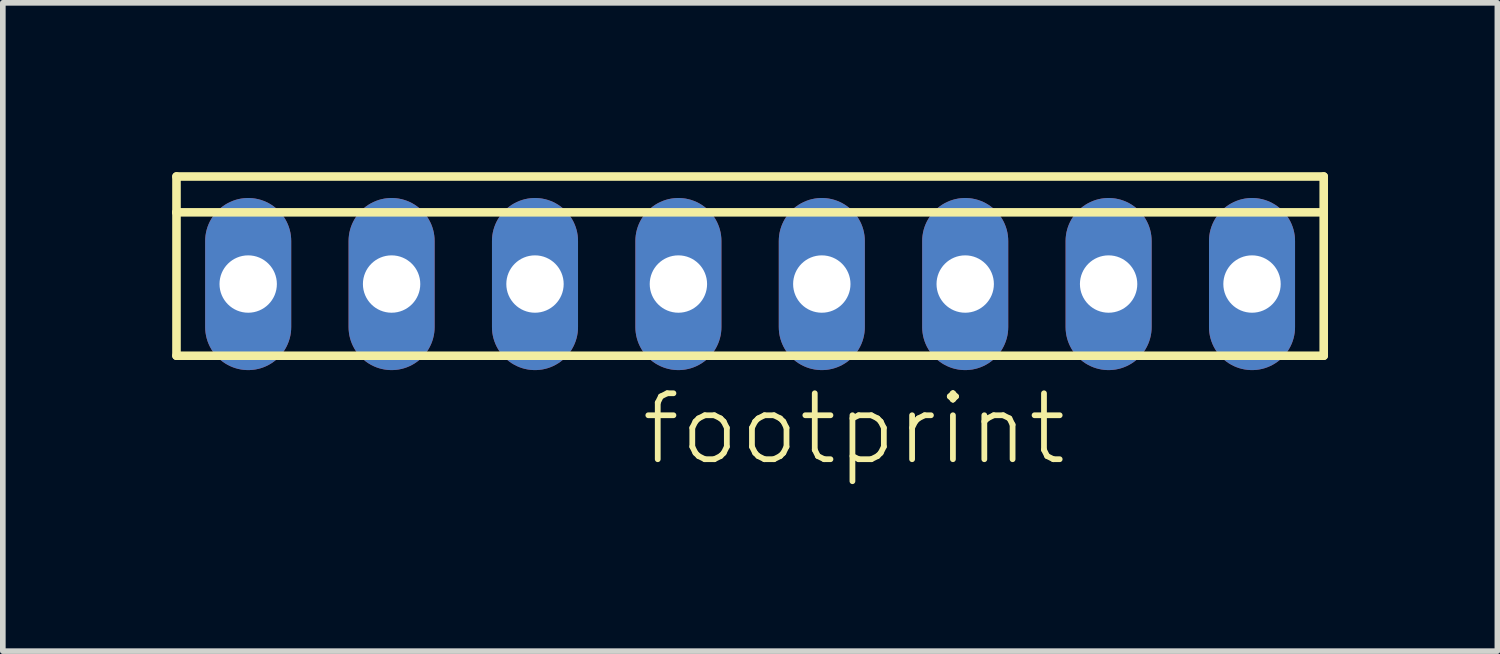
<source format=kicad_pcb>
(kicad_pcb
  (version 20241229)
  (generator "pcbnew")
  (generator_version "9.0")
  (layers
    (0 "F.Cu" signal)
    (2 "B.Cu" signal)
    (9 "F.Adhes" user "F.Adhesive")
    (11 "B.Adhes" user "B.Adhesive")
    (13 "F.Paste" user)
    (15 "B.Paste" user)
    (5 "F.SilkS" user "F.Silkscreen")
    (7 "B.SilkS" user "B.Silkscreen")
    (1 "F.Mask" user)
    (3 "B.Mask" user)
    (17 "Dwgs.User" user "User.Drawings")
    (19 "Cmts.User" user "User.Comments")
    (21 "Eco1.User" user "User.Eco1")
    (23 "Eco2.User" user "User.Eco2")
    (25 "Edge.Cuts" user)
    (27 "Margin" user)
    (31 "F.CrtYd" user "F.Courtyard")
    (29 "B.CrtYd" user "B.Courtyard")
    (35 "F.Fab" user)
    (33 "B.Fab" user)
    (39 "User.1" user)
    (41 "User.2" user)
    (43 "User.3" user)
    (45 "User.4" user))
  (footprint "footprint"
    (layer "F.Cu")
    (at 10.236 1.981)
    (property "Reference" "footprint" (at -1.981 3.251 0) (layer "F.SilkS") (effects (font (size 1.168 1.168) (thickness 0.102)) (justify left bottom)))
    (fp_line (start -10.16 -1.27) (end -10.16 -1.905) (stroke (width 0.152) (type solid)) (layer "F.SilkS"))
    (fp_line (start -10.16 1.27) (end -10.16 -1.27) (stroke (width 0.152) (type solid)) (layer "F.SilkS"))
    (fp_line (start -10.16 1.27) (end 10.16 1.27) (stroke (width 0.152) (type solid)) (layer "F.SilkS"))
    (fp_line (start 10.16 -1.905) (end -10.16 -1.905) (stroke (width 0.152) (type solid)) (layer "F.SilkS"))
    (fp_line (start 10.16 -1.905) (end 10.16 -1.27) (stroke (width 0.152) (type solid)) (layer "F.SilkS"))
    (fp_line (start 10.16 -1.27) (end -10.16 -1.27) (stroke (width 0.152) (type solid)) (layer "F.SilkS"))
    (fp_line (start 10.16 -1.27) (end 10.16 1.27) (stroke (width 0.152) (type solid)) (layer "F.SilkS"))
    (fp_poly (pts (xy -9.144 0.254) (xy -8.636 0.254) (xy -8.636 -0.254) (xy -9.144 -0.254)) (stroke (width 0) (type solid)) (fill yes) (layer "F.SilkS"))
    (fp_poly (pts (xy -6.604 0.254) (xy -6.096 0.254) (xy -6.096 -0.254) (xy -6.604 -0.254)) (stroke (width 0) (type solid)) (fill yes) (layer "F.SilkS"))
    (fp_poly (pts (xy -4.064 0.254) (xy -3.556 0.254) (xy -3.556 -0.254) (xy -4.064 -0.254)) (stroke (width 0) (type solid)) (fill yes) (layer "F.SilkS"))
    (fp_poly (pts (xy -1.524 0.254) (xy -1.016 0.254) (xy -1.016 -0.254) (xy -1.524 -0.254)) (stroke (width 0) (type solid)) (fill yes) (layer "F.SilkS"))
    (fp_poly (pts (xy 1.016 0.254) (xy 1.524 0.254) (xy 1.524 -0.254) (xy 1.016 -0.254)) (stroke (width 0) (type solid)) (fill yes) (layer "F.SilkS"))
    (fp_poly (pts (xy 3.556 0.254) (xy 4.064 0.254) (xy 4.064 -0.254) (xy 3.556 -0.254)) (stroke (width 0) (type solid)) (fill yes) (layer "F.SilkS"))
    (fp_poly (pts (xy 6.096 0.254) (xy 6.604 0.254) (xy 6.604 -0.254) (xy 6.096 -0.254)) (stroke (width 0) (type solid)) (fill yes) (layer "F.SilkS"))
    (fp_poly (pts (xy 8.636 0.254) (xy 9.144 0.254) (xy 9.144 -0.254) (xy 8.636 -0.254)) (stroke (width 0) (type solid)) (fill yes) (layer "F.SilkS"))
    (pad "1" thru_hole oval (at 8.89 0 90) (size 3.048 1.524) (drill 1.016) (layers "*.Cu" "*.Mask"))
    (pad "2" thru_hole oval (at 6.35 0 90) (size 3.048 1.524) (drill 1.016) (layers "*.Cu" "*.Mask"))
    (pad "3" thru_hole oval (at 3.81 0 90) (size 3.048 1.524) (drill 1.016) (layers "*.Cu" "*.Mask"))
    (pad "4" thru_hole oval (at 1.27 0 90) (size 3.048 1.524) (drill 1.016) (layers "*.Cu" "*.Mask"))
    (pad "5" thru_hole oval (at -1.27 0 90) (size 3.048 1.524) (drill 1.016) (layers "*.Cu" "*.Mask"))
    (pad "6" thru_hole oval (at -3.81 0 90) (size 3.048 1.524) (drill 1.016) (layers "*.Cu" "*.Mask"))
    (pad "7" thru_hole oval (at -6.35 0 90) (size 3.048 1.524) (drill 1.016) (layers "*.Cu" "*.Mask"))
    (pad "8" thru_hole oval (at -8.89 0 90) (size 3.048 1.524) (drill 1.016) (layers "*.Cu" "*.Mask")))
  (gr_rect
    (start -3 -3)
    (end 23.472 8.483)
    (stroke (width 0.1) (type default))
    (fill no)
    (layer "Edge.Cuts")))
</source>
